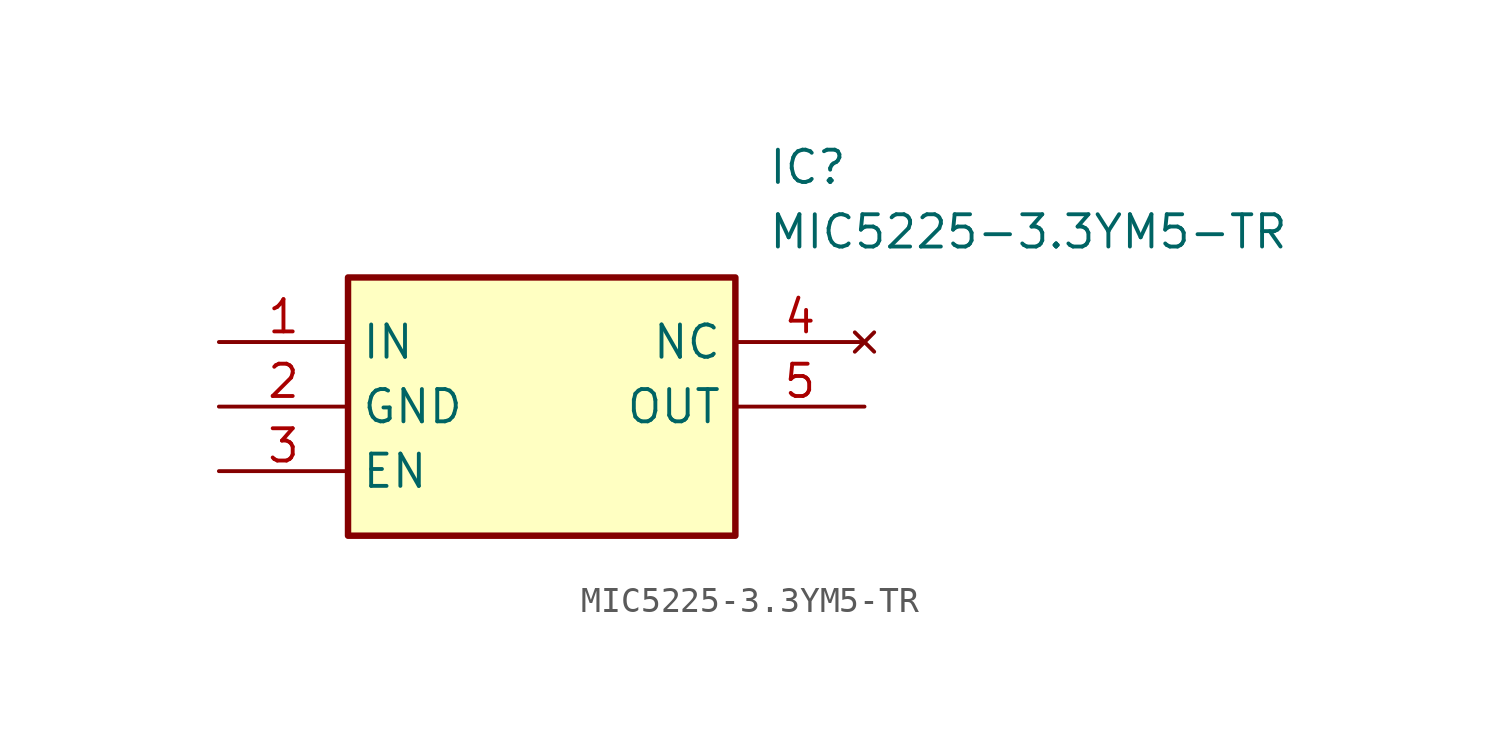
<source format=kicad_sym>
(kicad_symbol_lib
  (version 20211014)
  (generator SamacSys_ECAD_Model)
  (symbol "MIC5225-3.3YM5-TR"
    (property "Reference" "IC"
      (at 21.59 7.62 0)
      (effects (font (size 1.27 1.27)) (justify left top)))
    (property "Value" "MIC5225-3.3YM5-TR"
      (at 21.59 5.08 0)
      (effects (font (size 1.27 1.27)) (justify left top)))
    (rectangle
      (start 5.08 2.54)
      (end 20.32 -7.62)
      (stroke (width 0.254) (type default))
      (fill (type background)))
    (pin passive line
      (at 0 0 0)
      (length 5.08)
      (name "IN" (effects (font (size 1.27 1.27))))
      (number "1" (effects (font (size 1.27 1.27)))))
    (pin passive line
      (at 0 -2.54 0)
      (length 5.08)
      (name "GND" (effects (font (size 1.27 1.27))))
      (number "2" (effects (font (size 1.27 1.27)))))
    (pin passive line
      (at 0 -5.08 0)
      (length 5.08)
      (name "EN" (effects (font (size 1.27 1.27))))
      (number "3" (effects (font (size 1.27 1.27)))))
    (pin no_connect line
      (at 25.4 0 180)
      (length 5.08)
      (name "NC" (effects (font (size 1.27 1.27))))
      (number "4" (effects (font (size 1.27 1.27)))))
    (pin passive line
      (at 25.4 -2.54 180)
      (length 5.08)
      (name "OUT" (effects (font (size 1.27 1.27))))
      (number "5" (effects (font (size 1.27 1.27)))))))
</source>
